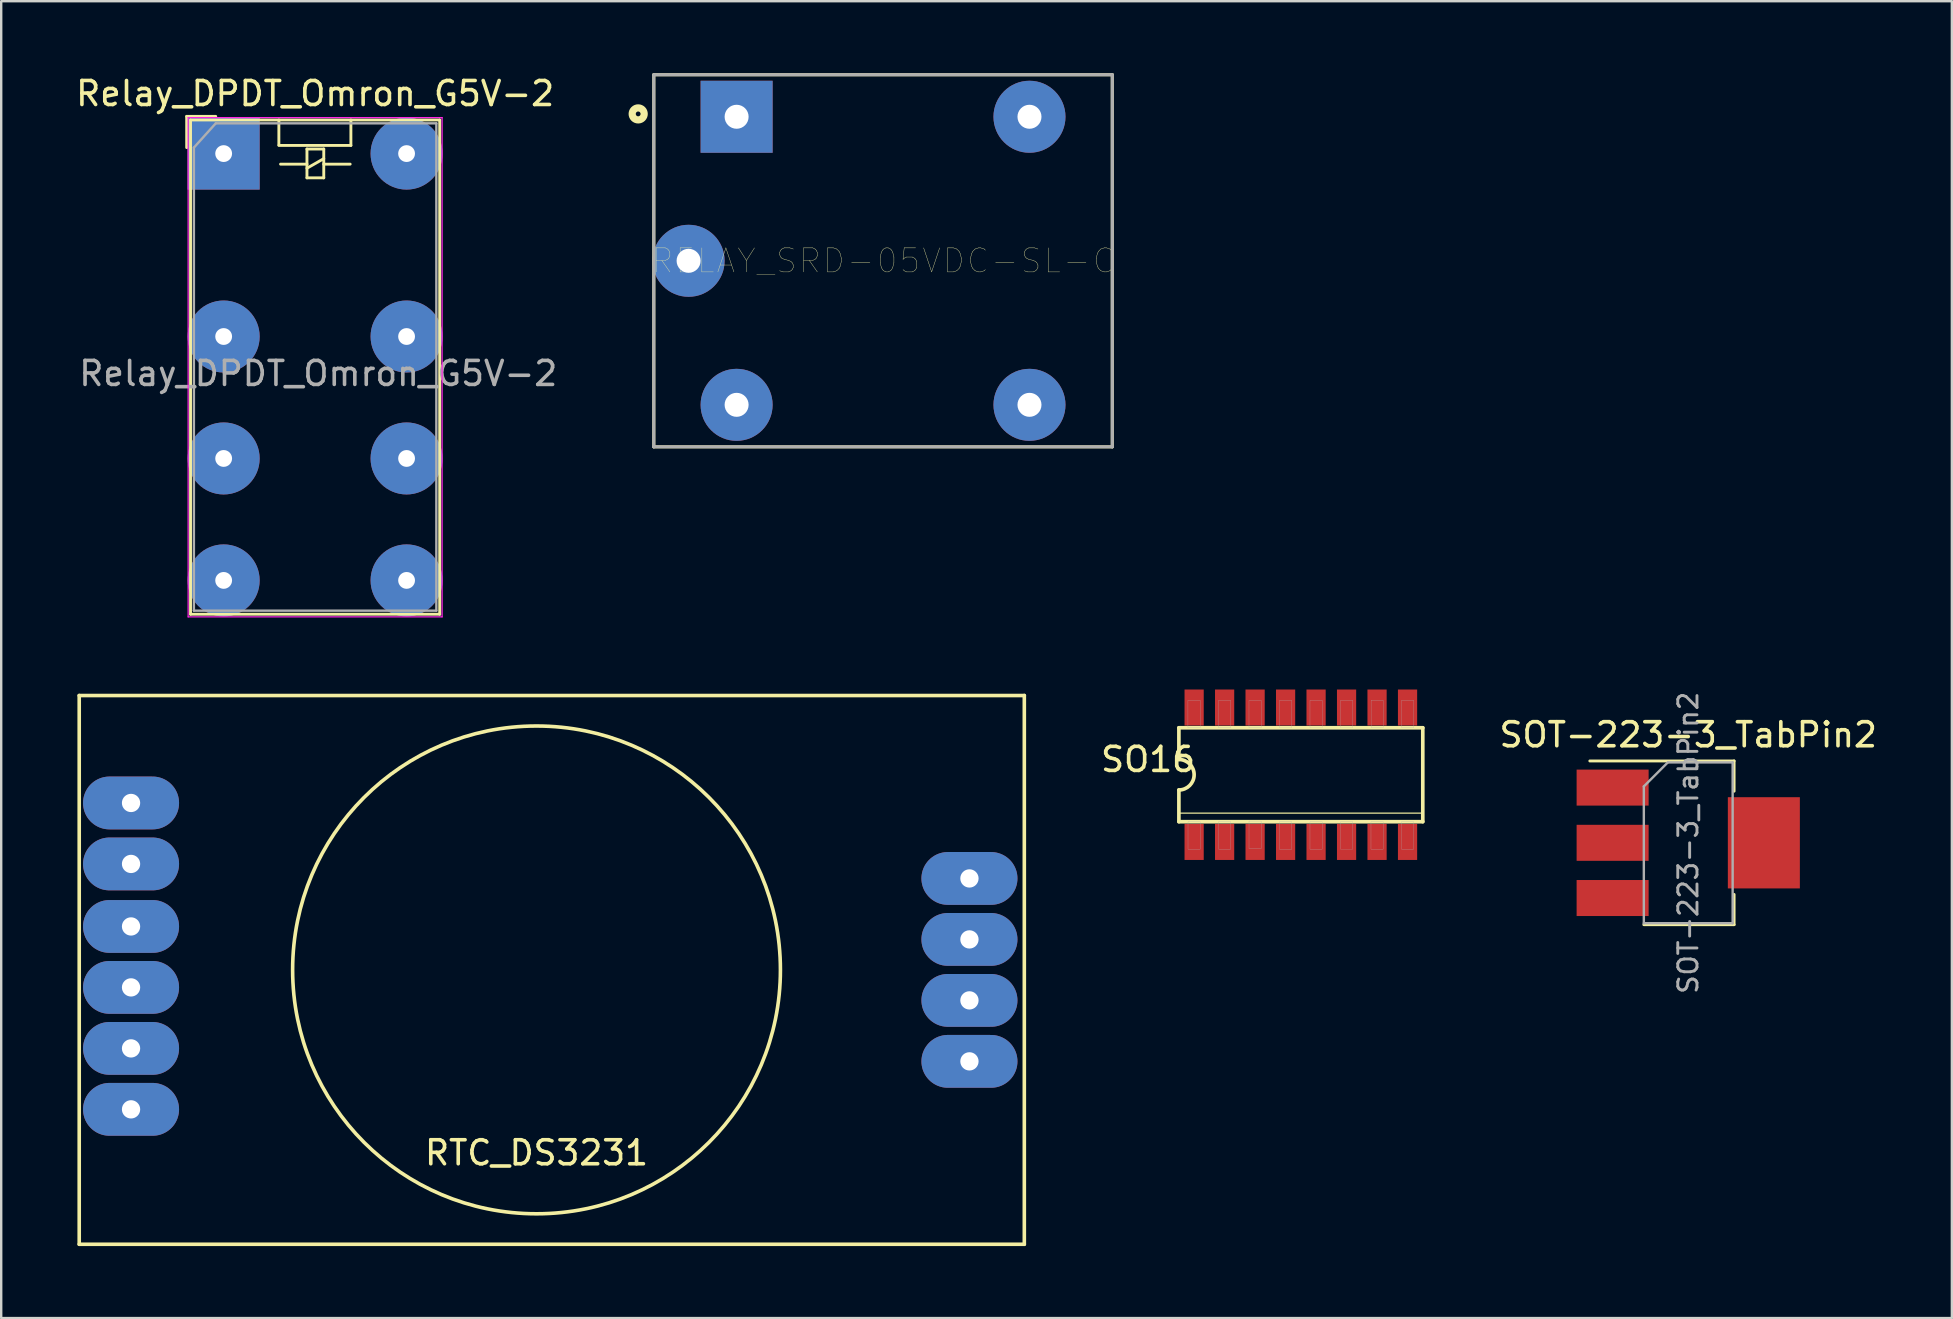
<source format=kicad_pcb>
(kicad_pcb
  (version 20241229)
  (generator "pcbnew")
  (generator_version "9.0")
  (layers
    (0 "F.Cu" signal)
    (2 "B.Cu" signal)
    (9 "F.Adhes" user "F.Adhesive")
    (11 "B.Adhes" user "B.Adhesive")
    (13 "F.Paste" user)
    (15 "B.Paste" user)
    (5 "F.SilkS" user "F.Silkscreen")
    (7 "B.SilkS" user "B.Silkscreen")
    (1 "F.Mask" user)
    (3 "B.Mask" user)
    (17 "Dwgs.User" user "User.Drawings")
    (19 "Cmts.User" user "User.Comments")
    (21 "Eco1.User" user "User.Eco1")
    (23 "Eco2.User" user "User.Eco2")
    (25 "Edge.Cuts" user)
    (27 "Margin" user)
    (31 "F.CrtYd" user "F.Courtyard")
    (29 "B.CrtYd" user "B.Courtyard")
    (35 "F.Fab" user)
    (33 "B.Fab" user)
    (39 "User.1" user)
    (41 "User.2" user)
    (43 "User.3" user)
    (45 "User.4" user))
  (footprint "RELAY_SRD-05VDC-SL-C"
    (layer "F.Cu")
    (at 33.735 7.814)
    (property "Reference" "RELAY_SRD-05VDC-SL-C" (at 0 0 0) (layer "F.SilkS") (effects (font (size 1 1) (thickness 0.015))))
    (attr through_hole)
    (fp_line (start -9.55 -7.75) (end 9.55 -7.75) (stroke (width 0.127) (type solid)) (layer "F.SilkS"))
    (fp_line (start -9.55 7.75) (end -9.55 -7.75) (stroke (width 0.127) (type solid)) (layer "F.SilkS"))
    (fp_line (start 9.55 -7.75) (end 9.55 7.75) (stroke (width 0.127) (type solid)) (layer "F.SilkS"))
    (fp_line (start 9.55 7.75) (end -9.55 7.75) (stroke (width 0.127) (type solid)) (layer "F.SilkS"))
    (fp_circle (center -10.2 -6.119) (end -10.1 -6.119) (stroke (width 0.3) (type solid)) (fill no) (layer "F.SilkS"))
    (fp_line (start -9.55 -7.75) (end 9.55 -7.75) (stroke (width 0.127) (type solid)) (layer "F.Fab"))
    (fp_line (start -9.55 7.75) (end -9.55 -7.75) (stroke (width 0.127) (type solid)) (layer "F.Fab"))
    (fp_line (start 9.55 -7.75) (end 9.55 7.75) (stroke (width 0.127) (type solid)) (layer "F.Fab"))
    (fp_line (start 9.55 7.75) (end -9.55 7.75) (stroke (width 0.127) (type solid)) (layer "F.Fab"))
    (pad "A1" thru_hole rect (at -6.1 -6) (size 3 3) (drill 1) (layers "*.Cu" "*.Mask"))
    (pad "A2" thru_hole oval (at -6.1 6) (size 3 3) (drill 1) (layers "*.Cu" "*.Mask"))
    (pad "COM" thru_hole oval (at -8.1 0) (size 3 3) (drill 1) (layers "*.Cu" "*.Mask"))
    (pad "NC" thru_hole oval (at 6.1 -6) (size 3 3) (drill 1) (layers "*.Cu" "*.Mask"))
    (pad "NO" thru_hole oval (at 6.1 6) (size 3 3) (drill 1) (layers "*.Cu" "*.Mask")))
  (footprint "SOT-223-3_TabPin2"
    (layer "F.Cu")
    (at 67.277 32.059)
    (property "Reference" "SOT-223-3_TabPin2" (at 0 -4.5 0) (layer "F.SilkS") (effects (font (size 1 1) (thickness 0.15))))
    (attr smd)
    (fp_line (start -4.1 -3.41) (end 1.91 -3.41) (stroke (width 0.12) (type solid)) (layer "F.SilkS"))
    (fp_line (start -1.85 3.41) (end 1.91 3.41) (stroke (width 0.12) (type solid)) (layer "F.SilkS"))
    (fp_line (start 1.91 -3.41) (end 1.91 -2.15) (stroke (width 0.12) (type solid)) (layer "F.SilkS"))
    (fp_line (start 1.91 3.41) (end 1.91 2.15) (stroke (width 0.12) (type solid)) (layer "F.SilkS"))
    (fp_line (start -1.85 -2.35) (end -1.85 3.35) (stroke (width 0.1) (type solid)) (layer "F.Fab"))
    (fp_line (start -1.85 -2.35) (end -0.85 -3.35) (stroke (width 0.1) (type solid)) (layer "F.Fab"))
    (fp_line (start -1.85 3.35) (end 1.85 3.35) (stroke (width 0.1) (type solid)) (layer "F.Fab"))
    (fp_line (start -0.85 -3.35) (end 1.85 -3.35) (stroke (width 0.1) (type solid)) (layer "F.Fab"))
    (fp_line (start 1.85 -3.35) (end 1.85 3.35) (stroke (width 0.1) (type solid)) (layer "F.Fab"))
    (fp_text user "${REFERENCE}" (at 0 0 90) (layer "F.Fab") (effects (font (size 0.8 0.8) (thickness 0.12))))
    (pad "1" smd rect (at -3.15 -2.3) (size 3 1.5) (layers "F.Cu" "F.Mask" "F.Paste"))
    (pad "2" smd rect (at -3.15 0) (size 3 1.5) (layers "F.Cu" "F.Mask" "F.Paste"))
    (pad "2" smd rect (at 3.15 0) (size 3 3.8) (layers "F.Cu" "F.Mask" "F.Paste"))
    (pad "3" smd rect (at -3.15 2.3) (size 3 1.5) (layers "F.Cu" "F.Mask" "F.Paste")))
  (footprint "SO16"
    (layer "F.Cu")
    (at 51.139 29.223)
    (property "Reference" "SO16" (at -6.363 -0.636 180) (layer "F.SilkS") (effects (font (size 1.002 1.002) (thickness 0.15))))
    (attr through_hole)
    (fp_line (start -5.08 -0.635) (end -5.08 -1.956) (stroke (width 0.152) (type solid)) (layer "F.SilkS"))
    (fp_line (start -5.08 1.6) (end 5.08 1.6) (stroke (width 0.051) (type solid)) (layer "F.SilkS"))
    (fp_line (start -5.08 1.956) (end -5.08 0.635) (stroke (width 0.152) (type solid)) (layer "F.SilkS"))
    (fp_line (start -5.08 1.956) (end 5.08 1.956) (stroke (width 0.152) (type solid)) (layer "F.SilkS"))
    (fp_line (start 5.08 -1.956) (end -5.08 -1.956) (stroke (width 0.152) (type solid)) (layer "F.SilkS"))
    (fp_line (start 5.08 1.956) (end 5.08 -1.956) (stroke (width 0.152) (type solid)) (layer "F.SilkS"))
    (fp_arc (start -5.08 -0.635) (mid -4.445 0) (end -5.08 0.635) (stroke (width 0.1524) (type solid)) (layer "F.SilkS"))
    (fp_poly (pts (xy -4.703 -3.099) (xy -4.191 -3.099) (xy -4.191 -1.958) (xy -4.703 -1.958)) (stroke (width 0.01) (type solid)) (fill no) (layer "F.Fab"))
    (fp_poly (pts (xy -4.7 1.956) (xy -4.191 1.956) (xy -4.191 3.1) (xy -4.7 3.1)) (stroke (width 0.01) (type solid)) (fill no) (layer "F.Fab"))
    (fp_poly (pts (xy -3.431 -3.099) (xy -2.921 -3.099) (xy -2.921 -1.957) (xy -3.431 -1.957)) (stroke (width 0.01) (type solid)) (fill no) (layer "F.Fab"))
    (fp_poly (pts (xy -3.429 1.956) (xy -2.921 1.956) (xy -2.921 3.099) (xy -3.429 3.099)) (stroke (width 0.01) (type solid)) (fill no) (layer "F.Fab"))
    (fp_poly (pts (xy -2.16 -3.099) (xy -1.651 -3.099) (xy -1.651 -1.957) (xy -2.16 -1.957)) (stroke (width 0.01) (type solid)) (fill no) (layer "F.Fab"))
    (fp_poly (pts (xy -2.159 1.93) (xy -1.651 1.93) (xy -1.651 3.074) (xy -2.159 3.074)) (stroke (width 0.01) (type solid)) (fill no) (layer "F.Fab"))
    (fp_poly (pts (xy -0.891 1.956) (xy -0.381 1.956) (xy -0.381 3.105) (xy -0.891 3.105)) (stroke (width 0.01) (type solid)) (fill no) (layer "F.Fab"))
    (fp_poly (pts (xy -0.89 -3.099) (xy -0.381 -3.099) (xy -0.381 -1.959) (xy -0.89 -1.959)) (stroke (width 0.01) (type solid)) (fill no) (layer "F.Fab"))
    (fp_poly (pts (xy 0.381 -3.099) (xy 0.889 -3.099) (xy 0.889 -1.956) (xy 0.381 -1.956)) (stroke (width 0.01) (type solid)) (fill no) (layer "F.Fab"))
    (fp_poly (pts (xy 0.381 1.956) (xy 0.889 1.956) (xy 0.889 3.1) (xy 0.381 3.1)) (stroke (width 0.01) (type solid)) (fill no) (layer "F.Fab"))
    (fp_poly (pts (xy 1.652 1.956) (xy 2.159 1.956) (xy 2.159 3.101) (xy 1.652 3.101)) (stroke (width 0.01) (type solid)) (fill no) (layer "F.Fab"))
    (fp_poly (pts (xy 1.654 -3.099) (xy 2.159 -3.099) (xy 2.159 -1.959) (xy 1.654 -1.959)) (stroke (width 0.01) (type solid)) (fill no) (layer "F.Fab"))
    (fp_poly (pts (xy 2.922 1.956) (xy 3.429 1.956) (xy 3.429 3.1) (xy 2.922 3.1)) (stroke (width 0.01) (type solid)) (fill no) (layer "F.Fab"))
    (fp_poly (pts (xy 2.927 -3.099) (xy 3.429 -3.099) (xy 3.429 -1.96) (xy 2.927 -1.96)) (stroke (width 0.01) (type solid)) (fill no) (layer "F.Fab"))
    (fp_poly (pts (xy 4.193 -3.099) (xy 4.699 -3.099) (xy 4.699 -1.957) (xy 4.193 -1.957)) (stroke (width 0.01) (type solid)) (fill no) (layer "F.Fab"))
    (fp_poly (pts (xy 4.193 1.956) (xy 4.699 1.956) (xy 4.699 3.1) (xy 4.193 3.1)) (stroke (width 0.01) (type solid)) (fill no) (layer "F.Fab"))
    (pad "1" smd rect (at -4.445 2.8) (size 0.8 1.5) (layers "F.Cu" "F.Mask" "F.Paste"))
    (pad "2" smd rect (at -3.175 2.8) (size 0.8 1.5) (layers "F.Cu" "F.Mask" "F.Paste"))
    (pad "3" smd rect (at -1.905 2.8) (size 0.8 1.5) (layers "F.Cu" "F.Mask" "F.Paste"))
    (pad "4" smd rect (at -0.635 2.8) (size 0.8 1.5) (layers "F.Cu" "F.Mask" "F.Paste"))
    (pad "5" smd rect (at 0.635 2.8) (size 0.8 1.5) (layers "F.Cu" "F.Mask" "F.Paste"))
    (pad "6" smd rect (at 1.905 2.8) (size 0.8 1.5) (layers "F.Cu" "F.Mask" "F.Paste"))
    (pad "7" smd rect (at 3.175 2.8) (size 0.8 1.5) (layers "F.Cu" "F.Mask" "F.Paste"))
    (pad "8" smd rect (at 4.445 2.8) (size 0.8 1.5) (layers "F.Cu" "F.Mask" "F.Paste"))
    (pad "9" smd rect (at 4.445 -2.8) (size 0.8 1.5) (layers "F.Cu" "F.Mask" "F.Paste"))
    (pad "10" smd rect (at 3.175 -2.8) (size 0.8 1.5) (layers "F.Cu" "F.Mask" "F.Paste"))
    (pad "11" smd rect (at 1.905 -2.8) (size 0.8 1.5) (layers "F.Cu" "F.Mask" "F.Paste"))
    (pad "12" smd rect (at 0.635 -2.8) (size 0.8 1.5) (layers "F.Cu" "F.Mask" "F.Paste"))
    (pad "13" smd rect (at -0.635 -2.8) (size 0.8 1.5) (layers "F.Cu" "F.Mask" "F.Paste"))
    (pad "14" smd rect (at -1.905 -2.8) (size 0.8 1.5) (layers "F.Cu" "F.Mask" "F.Paste"))
    (pad "15" smd rect (at -3.175 -2.8) (size 0.8 1.5) (layers "F.Cu" "F.Mask" "F.Paste"))
    (pad "16" smd rect (at -4.445 -2.8) (size 0.8 1.5) (layers "F.Cu" "F.Mask" "F.Paste")))
  (footprint "Relay_DPDT_Omron_G5V-2"
    (layer "F.Cu")
    (at 6.267 3.348)
    (property "Reference" "Relay_DPDT_Omron_G5V-2" (at 3.81 -2.5 0) (layer "F.SilkS") (effects (font (size 1 1) (thickness 0.15))))
    (attr through_hole)
    (fp_line (start -1.54 -1.55) (end -0.33 -1.55) (stroke (width 0.12) (type solid)) (layer "F.SilkS"))
    (fp_line (start -1.54 -0.25) (end -1.54 -1.55) (stroke (width 0.12) (type solid)) (layer "F.SilkS"))
    (fp_line (start -1.38 -1.4) (end -1.38 19.19) (stroke (width 0.12) (type solid)) (layer "F.SilkS"))
    (fp_line (start -1.38 19.19) (end 9 19.19) (stroke (width 0.12) (type solid)) (layer "F.SilkS"))
    (fp_line (start 2.3 -1.4) (end 2.3 -0.36) (stroke (width 0.12) (type solid)) (layer "F.SilkS"))
    (fp_line (start 2.3 -0.34) (end 5.3 -0.34) (stroke (width 0.12) (type solid)) (layer "F.SilkS"))
    (fp_line (start 3.47 -0.19) (end 3.47 1.01) (stroke (width 0.12) (type solid)) (layer "F.SilkS"))
    (fp_line (start 3.47 0.44) (end 2.37 0.44) (stroke (width 0.12) (type solid)) (layer "F.SilkS"))
    (fp_line (start 3.47 0.61) (end 4.17 0.21) (stroke (width 0.12) (type solid)) (layer "F.SilkS"))
    (fp_line (start 3.47 1.01) (end 4.17 1.01) (stroke (width 0.12) (type solid)) (layer "F.SilkS"))
    (fp_line (start 4.17 -0.19) (end 3.47 -0.19) (stroke (width 0.12) (type solid)) (layer "F.SilkS"))
    (fp_line (start 4.17 0.44) (end 5.27 0.44) (stroke (width 0.12) (type solid)) (layer "F.SilkS"))
    (fp_line (start 4.17 1.01) (end 4.17 -0.19) (stroke (width 0.12) (type solid)) (layer "F.SilkS"))
    (fp_line (start 5.3 -0.34) (end 5.3 -1.4) (stroke (width 0.12) (type solid)) (layer "F.SilkS"))
    (fp_line (start 9 -1.4) (end -1.38 -1.4) (stroke (width 0.12) (type solid)) (layer "F.SilkS"))
    (fp_line (start 9 19.19) (end 9 -1.4) (stroke (width 0.12) (type solid)) (layer "F.SilkS"))
    (fp_line (start -1.48 -1.5) (end -1.48 19.3) (stroke (width 0.05) (type solid)) (layer "F.CrtYd"))
    (fp_line (start -1.48 -1.5) (end 9.1 -1.5) (stroke (width 0.05) (type solid)) (layer "F.CrtYd"))
    (fp_line (start 9.1 -1.5) (end 9.1 19.3) (stroke (width 0.05) (type solid)) (layer "F.CrtYd"))
    (fp_line (start 9.1 19.3) (end -1.48 19.3) (stroke (width 0.05) (type solid)) (layer "F.CrtYd"))
    (fp_line (start -1.24 -0.25) (end -1.24 19.04) (stroke (width 0.1) (type solid)) (layer "F.Fab"))
    (fp_line (start -1.24 -0.25) (end -0.33 -1.26) (stroke (width 0.1) (type solid)) (layer "F.Fab"))
    (fp_line (start -1.24 19.04) (end 8.86 19.04) (stroke (width 0.1) (type solid)) (layer "F.Fab"))
    (fp_line (start 8.86 -1.26) (end -0.33 -1.26) (stroke (width 0.1) (type solid)) (layer "F.Fab"))
    (fp_line (start 8.86 19.04) (end 8.86 -1.26) (stroke (width 0.1) (type solid)) (layer "F.Fab"))
    (fp_text user "${REFERENCE}" (at 3.94 9.16 0) (layer "F.Fab") (effects (font (size 1 1) (thickness 0.15))))
    (pad "1" thru_hole rect (at 0 0) (size 3 3) (drill 0.7) (layers "*.Cu" "*.Mask"))
    (pad "4" thru_hole circle (at 0 7.62) (size 3 3) (drill 0.7) (layers "*.Cu" "*.Mask"))
    (pad "6" thru_hole circle (at 0 12.7) (size 3 3) (drill 0.7) (layers "*.Cu" "*.Mask"))
    (pad "8" thru_hole circle (at 0 17.78) (size 3 3) (drill 0.7) (layers "*.Cu" "*.Mask"))
    (pad "9" thru_hole circle (at 7.62 17.78) (size 3 3) (drill 0.7) (layers "*.Cu" "*.Mask"))
    (pad "11" thru_hole circle (at 7.62 12.7) (size 3 3) (drill 0.7) (layers "*.Cu" "*.Mask"))
    (pad "13" thru_hole circle (at 7.62 7.62) (size 3 3) (drill 0.7) (layers "*.Cu" "*.Mask"))
    (pad "16" thru_hole circle (at 7.62 0) (size 3 3) (drill 0.7) (layers "*.Cu" "*.Mask")))
  (footprint "RTC_DS3231"
    (layer "F.Cu")
    (at 0.25 25.923)
    (property "Reference" "RTC_DS3231" (at 19.05 19.05 180) (layer "F.SilkS") (effects (font (size 1 1) (thickness 0.15))))
    (attr through_hole)
    (fp_line (start 0 0) (end 0 22.86) (stroke (width 0.15) (type solid)) (layer "F.SilkS"))
    (fp_line (start 0 0) (end 39.37 0) (stroke (width 0.15) (type solid)) (layer "F.SilkS"))
    (fp_line (start 0 22.86) (end 39.37 22.86) (stroke (width 0.15) (type solid)) (layer "F.SilkS"))
    (fp_line (start 39.37 0) (end 39.37 22.86) (stroke (width 0.15) (type solid)) (layer "F.SilkS"))
    (fp_circle (center 19.05 11.43) (end 19.05 21.59) (stroke (width 0.15) (type solid)) (fill no) (layer "F.SilkS"))
    (pad "" thru_hole oval (at 2.159 14.7) (size 4 2.2) (drill 0.762) (layers "*.Cu" "*.Mask"))
    (pad "" thru_hole oval (at 2.159 17.239) (size 4 2.2) (drill 0.762) (layers "*.Cu" "*.Mask"))
    (pad "1" thru_hole oval (at 2.159 4.476) (size 4 2.2) (drill 0.762) (layers "*.Cu" "*.Mask"))
    (pad "1" thru_hole oval (at 37.084 7.62) (size 4 2.2) (drill 0.762) (layers "*.Cu" "*.Mask"))
    (pad "2" thru_hole oval (at 2.159 7.016) (size 4 2.2) (drill 0.762) (layers "*.Cu" "*.Mask"))
    (pad "2" thru_hole oval (at 37.084 10.16) (size 4 2.2) (drill 0.762) (layers "*.Cu" "*.Mask"))
    (pad "3" thru_hole oval (at 2.159 9.62) (size 4 2.2) (drill 0.762) (layers "*.Cu" "*.Mask"))
    (pad "3" thru_hole oval (at 37.084 12.7) (size 4 2.2) (drill 0.762) (layers "*.Cu" "*.Mask"))
    (pad "4" thru_hole oval (at 2.159 12.159) (size 4 2.2) (drill 0.762) (layers "*.Cu" "*.Mask"))
    (pad "4" thru_hole oval (at 37.084 15.24) (size 4 2.2) (drill 0.762) (layers "*.Cu" "*.Mask")))
  (gr_rect
    (start -3 -3)
    (end 78.259 51.858)
    (stroke (width 0.1) (type default))
    (fill no)
    (layer "Edge.Cuts")))
</source>
